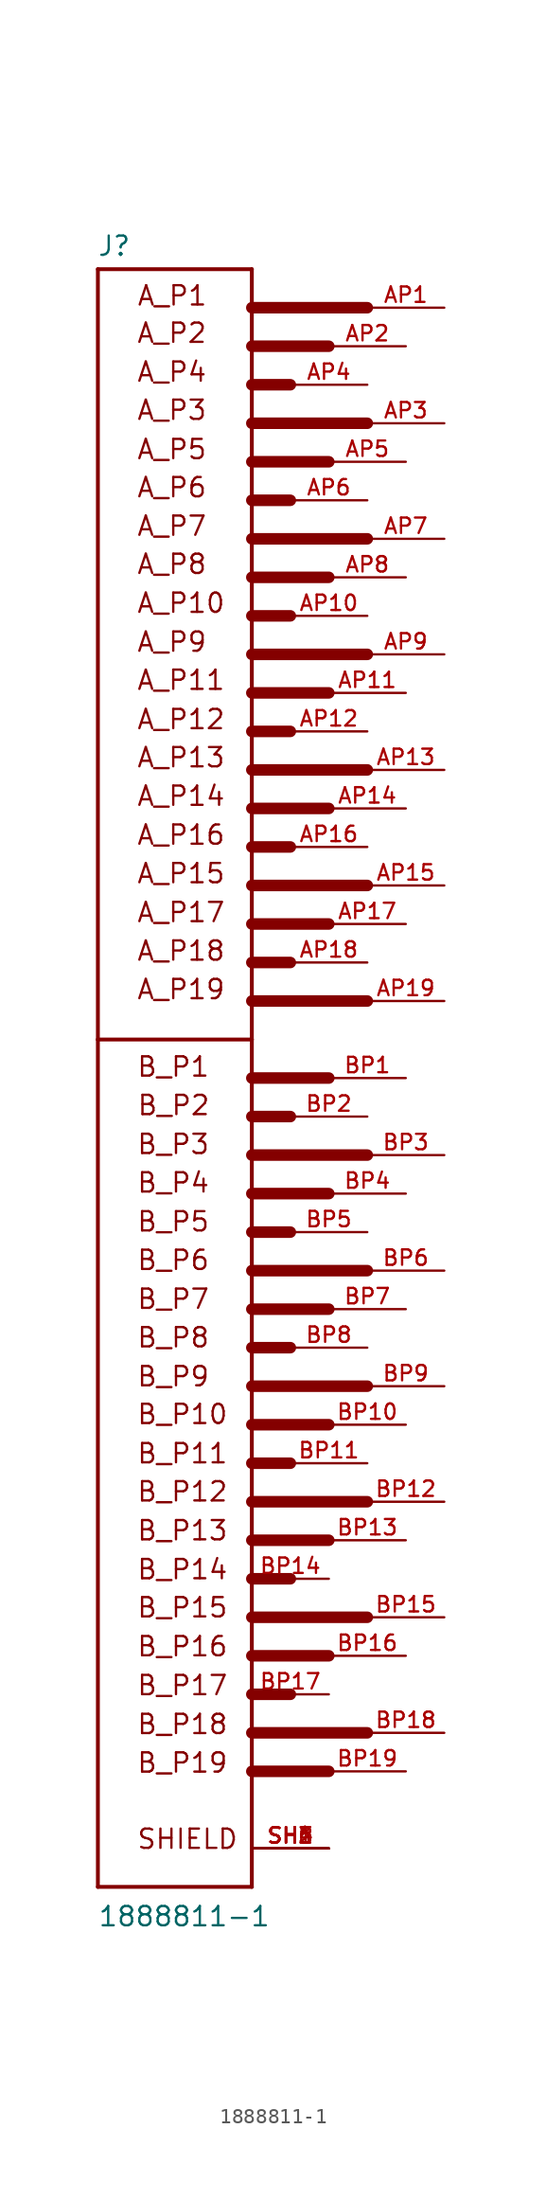
<source format=kicad_sym>
(kicad_symbol_lib
  (version 20201005)
  (generator kicad_symbol_editor)
  (symbol "CM4_MATX:1888811-1"
    (pin_names
      (offset 1.016) hide)
    (property "Reference" "J"
      (at -10.211 51.587 0)
      (effects (font (size 1.27 1.27)) (justify left bottom)))
    (property "Value" "1888811-1"
      (at -10.185 -58.572 0)
      (effects (font (size 1.27 1.27)) (justify left bottom)))
    (symbol "1888811-1_0_0"
      (text "A_P1" (at -7.62 48.311 0) (effects (font (size 1.27 1.27)) (justify left bottom)))
      (text "A_P2" (at -7.645 45.847 0) (effects (font (size 1.27 1.27)) (justify left bottom)))
      (text "A_P4" (at -7.645 43.282 0) (effects (font (size 1.27 1.27)) (justify left bottom)))
      (text "A_P3" (at -7.645 40.767 0) (effects (font (size 1.27 1.27)) (justify left bottom)))
      (text "A_P5" (at -7.645 38.176 0) (effects (font (size 1.27 1.27)) (justify left bottom)))
      (text "A_P6" (at -7.645 35.662 0) (effects (font (size 1.27 1.27)) (justify left bottom)))
      (text "A_P7" (at -7.645 33.122 0) (effects (font (size 1.27 1.27)) (justify left bottom)))
      (text "A_P8" (at -7.645 30.607 0) (effects (font (size 1.27 1.27)) (justify left bottom)))
      (text "A_P10" (at -7.645 28.042 0) (effects (font (size 1.27 1.27)) (justify left bottom)))
      (text "A_P9" (at -7.645 25.476 0) (effects (font (size 1.27 1.27)) (justify left bottom)))
      (text "A_P11" (at -7.645 22.962 0) (effects (font (size 1.27 1.27)) (justify left bottom)))
      (text "A_P12" (at -7.645 20.371 0) (effects (font (size 1.27 1.27)) (justify left bottom)))
      (text "A_P13" (at -7.645 17.856 0) (effects (font (size 1.27 1.27)) (justify left bottom)))
      (text "A_P14" (at -7.645 15.316 0) (effects (font (size 1.27 1.27)) (justify left bottom)))
      (text "A_P16" (at -7.645 12.751 0) (effects (font (size 1.27 1.27)) (justify left bottom)))
      (text "A_P15" (at -7.645 10.211 0) (effects (font (size 1.27 1.27)) (justify left bottom)))
      (text "A_P17" (at -7.645 7.645 0) (effects (font (size 1.27 1.27)) (justify left bottom)))
      (text "A_P18" (at -7.645 5.105 0) (effects (font (size 1.27 1.27)) (justify left bottom)))
      (text "A_P19" (at -7.645 2.565 0) (effects (font (size 1.27 1.27)) (justify left bottom)))
      (text "B_P1" (at -7.645 -2.54 0) (effects (font (size 1.27 1.27)) (justify left bottom)))
      (text "B_P2" (at -7.62 -5.08 0) (effects (font (size 1.27 1.27)) (justify left bottom)))
      (text "B_P3" (at -7.645 -7.645 0) (effects (font (size 1.27 1.27)) (justify left bottom)))
      (text "B_P4" (at -7.645 -10.185 0) (effects (font (size 1.27 1.27)) (justify left bottom)))
      (text "B_P5" (at -7.645 -12.751 0) (effects (font (size 1.27 1.27)) (justify left bottom)))
      (text "B_P6" (at -7.645 -15.291 0) (effects (font (size 1.27 1.27)) (justify left bottom)))
      (text "B_P7" (at -7.645 -17.856 0) (effects (font (size 1.27 1.27)) (justify left bottom)))
      (text "B_P8" (at -7.645 -20.396 0) (effects (font (size 1.27 1.27)) (justify left bottom)))
      (text "B_P9" (at -7.645 -22.962 0) (effects (font (size 1.27 1.27)) (justify left bottom)))
      (text "B_P10" (at -7.645 -25.451 0) (effects (font (size 1.27 1.27)) (justify left bottom)))
      (text "B_P11" (at -7.645 -28.042 0) (effects (font (size 1.27 1.27)) (justify left bottom)))
      (text "B_P12" (at -7.645 -30.556 0) (effects (font (size 1.27 1.27)) (justify left bottom)))
      (text "B_P13" (at -7.645 -33.122 0) (effects (font (size 1.27 1.27)) (justify left bottom)))
      (text "B_P14" (at -7.645 -35.687 0) (effects (font (size 1.27 1.27)) (justify left bottom)))
      (text "B_P15" (at -7.645 -38.202 0) (effects (font (size 1.27 1.27)) (justify left bottom)))
      (text "B_P16" (at -7.645 -40.767 0) (effects (font (size 1.27 1.27)) (justify left bottom)))
      (text "B_P17" (at -7.645 -43.332 0) (effects (font (size 1.27 1.27)) (justify left bottom)))
      (text "B_P18" (at -7.645 -45.898 0) (effects (font (size 1.27 1.27)) (justify left bottom)))
      (text "B_P19" (at -7.645 -48.438 0) (effects (font (size 1.27 1.27)) (justify left bottom)))
      (text "SHIELD" (at -7.645 -53.467 0) (effects (font (size 1.27 1.27)) (justify left bottom)))
      (polyline (pts (xy 7.62 48.26) (xy 0 48.26)) (stroke (width 0.762)) (fill (type none)))
      (polyline (pts (xy 5.08 45.72) (xy 0 45.72)) (stroke (width 0.762)) (fill (type none)))
      (polyline (pts (xy 2.54 43.18) (xy 0 43.18)) (stroke (width 0.762)) (fill (type none)))
      (polyline (pts (xy 7.62 40.64) (xy 0 40.64)) (stroke (width 0.762)) (fill (type none)))
      (polyline (pts (xy 5.08 38.1) (xy 0 38.1)) (stroke (width 0.762)) (fill (type none)))
      (polyline (pts (xy 2.54 35.56) (xy 0 35.56)) (stroke (width 0.762)) (fill (type none)))
      (polyline (pts (xy 7.62 33.02) (xy 0 33.02)) (stroke (width 0.762)) (fill (type none)))
      (polyline (pts (xy 5.08 30.48) (xy 0 30.48)) (stroke (width 0.762)) (fill (type none)))
      (polyline (pts (xy 2.54 27.94) (xy 0 27.94)) (stroke (width 0.762)) (fill (type none)))
      (polyline (pts (xy 7.62 25.4) (xy 0 25.4)) (stroke (width 0.762)) (fill (type none)))
      (polyline (pts (xy 5.08 22.86) (xy 0 22.86)) (stroke (width 0.762)) (fill (type none)))
      (polyline (pts (xy 2.54 20.32) (xy 0 20.32)) (stroke (width 0.762)) (fill (type none)))
      (polyline (pts (xy 7.62 17.78) (xy 0 17.78)) (stroke (width 0.762)) (fill (type none)))
      (polyline (pts (xy 5.08 15.24) (xy 0 15.24)) (stroke (width 0.762)) (fill (type none)))
      (polyline (pts (xy 2.54 12.7) (xy 0 12.7)) (stroke (width 0.762)) (fill (type none)))
      (polyline (pts (xy 7.62 10.16) (xy 0 10.16)) (stroke (width 0.762)) (fill (type none)))
      (polyline (pts (xy 5.08 7.62) (xy 0 7.62)) (stroke (width 0.762)) (fill (type none)))
      (polyline (pts (xy 2.54 5.08) (xy 0 5.08)) (stroke (width 0.762)) (fill (type none)))
      (polyline (pts (xy 7.62 2.54) (xy 0 2.54)) (stroke (width 0.762)) (fill (type none)))
      (polyline (pts (xy 0 50.8) (xy 0 0)) (stroke (width 0.254)) (fill (type none)))
      (polyline (pts (xy -10.16 0) (xy -10.16 50.8)) (stroke (width 0.254)) (fill (type none)))
      (polyline (pts (xy -10.16 50.8) (xy 0 50.8)) (stroke (width 0.254)) (fill (type none)))
      (polyline (pts (xy 7.62 -7.62) (xy 0 -7.62)) (stroke (width 0.762)) (fill (type none)))
      (polyline (pts (xy 5.08 -10.16) (xy 0 -10.16)) (stroke (width 0.762)) (fill (type none)))
      (polyline (pts (xy 2.54 -12.7) (xy 0 -12.7)) (stroke (width 0.762)) (fill (type none)))
      (polyline (pts (xy 7.62 -15.24) (xy 0 -15.24)) (stroke (width 0.762)) (fill (type none)))
      (polyline (pts (xy 5.08 -17.78) (xy 0 -17.78)) (stroke (width 0.762)) (fill (type none)))
      (polyline (pts (xy 2.54 -20.32) (xy 0 -20.32)) (stroke (width 0.762)) (fill (type none)))
      (polyline (pts (xy 7.62 -22.86) (xy 0 -22.86)) (stroke (width 0.762)) (fill (type none)))
      (polyline (pts (xy 5.08 -25.4) (xy 0 -25.4)) (stroke (width 0.762)) (fill (type none)))
      (polyline (pts (xy 2.54 -27.94) (xy 0 -27.94)) (stroke (width 0.762)) (fill (type none)))
      (polyline (pts (xy 7.62 -30.48) (xy 0 -30.48)) (stroke (width 0.762)) (fill (type none)))
      (polyline (pts (xy 5.08 -33.02) (xy 0 -33.02)) (stroke (width 0.762)) (fill (type none)))
      (polyline (pts (xy 2.54 -35.56) (xy 0 -35.56)) (stroke (width 0.762)) (fill (type none)))
      (polyline (pts (xy 7.62 -38.1) (xy 0 -38.1)) (stroke (width 0.762)) (fill (type none)))
      (polyline (pts (xy 5.08 -40.64) (xy 0 -40.64)) (stroke (width 0.762)) (fill (type none)))
      (polyline (pts (xy 2.54 -43.18) (xy 0 -43.18)) (stroke (width 0.762)) (fill (type none)))
      (polyline (pts (xy 7.62 -45.72) (xy 0 -45.72)) (stroke (width 0.762)) (fill (type none)))
      (polyline (pts (xy 5.08 -48.26) (xy 0 -48.26)) (stroke (width 0.762)) (fill (type none)))
      (polyline (pts (xy 5.08 -2.54) (xy 0 -2.54)) (stroke (width 0.762)) (fill (type none)))
      (polyline (pts (xy 2.54 -5.08) (xy 0 -5.08)) (stroke (width 0.762)) (fill (type none)))
      (polyline (pts (xy 0 0) (xy 0 -55.88)) (stroke (width 0.254)) (fill (type none)))
      (polyline (pts (xy 0 -55.88) (xy -10.16 -55.88)) (stroke (width 0.254)) (fill (type none)))
      (polyline (pts (xy -10.16 -55.88) (xy -10.16 0)) (stroke (width 0.254)) (fill (type none)))
      (polyline (pts (xy -10.16 0) (xy 0 0)) (stroke (width 0.254)) (fill (type none)))
      (pin passive line (at 12.7 48.26 180) (length 5.08) (name "~" (effects (font (size 1.016 1.016)))) (number "AP1" (effects (font (size 1.016 1.016)))))
      (pin passive line (at 10.16 45.72 180) (length 5.08) (name "~" (effects (font (size 1.016 1.016)))) (number "AP2" (effects (font (size 1.016 1.016)))))
      (pin passive line (at 12.7 40.64 180) (length 5.08) (name "~" (effects (font (size 1.016 1.016)))) (number "AP3" (effects (font (size 1.016 1.016)))))
      (pin passive line (at 7.62 43.18 180) (length 5.08) (name "~" (effects (font (size 1.016 1.016)))) (number "AP4" (effects (font (size 1.016 1.016)))))
      (pin passive line (at 10.16 38.1 180) (length 5.08) (name "~" (effects (font (size 1.016 1.016)))) (number "AP5" (effects (font (size 1.016 1.016)))))
      (pin passive line (at 7.62 35.56 180) (length 5.08) (name "~" (effects (font (size 1.016 1.016)))) (number "AP6" (effects (font (size 1.016 1.016)))))
      (pin passive line (at 12.7 33.02 180) (length 5.08) (name "~" (effects (font (size 1.016 1.016)))) (number "AP7" (effects (font (size 1.016 1.016)))))
      (pin passive line (at 10.16 30.48 180) (length 5.08) (name "~" (effects (font (size 1.016 1.016)))) (number "AP8" (effects (font (size 1.016 1.016)))))
      (pin passive line (at 12.7 25.4 180) (length 5.08) (name "~" (effects (font (size 1.016 1.016)))) (number "AP9" (effects (font (size 1.016 1.016)))))
      (pin passive line (at 7.62 27.94 180) (length 5.08) (name "~" (effects (font (size 1.016 1.016)))) (number "AP10" (effects (font (size 1.016 1.016)))))
      (pin passive line (at 10.16 22.86 180) (length 5.08) (name "~" (effects (font (size 1.016 1.016)))) (number "AP11" (effects (font (size 1.016 1.016)))))
      (pin passive line (at 7.62 20.32 180) (length 5.08) (name "~" (effects (font (size 1.016 1.016)))) (number "AP12" (effects (font (size 1.016 1.016)))))
      (pin passive line (at 12.7 17.78 180) (length 5.08) (name "~" (effects (font (size 1.016 1.016)))) (number "AP13" (effects (font (size 1.016 1.016)))))
      (pin passive line (at 10.16 15.24 180) (length 5.08) (name "~" (effects (font (size 1.016 1.016)))) (number "AP14" (effects (font (size 1.016 1.016)))))
      (pin passive line (at 12.7 10.16 180) (length 5.08) (name "~" (effects (font (size 1.016 1.016)))) (number "AP15" (effects (font (size 1.016 1.016)))))
      (pin passive line (at 7.62 12.7 180) (length 5.08) (name "~" (effects (font (size 1.016 1.016)))) (number "AP16" (effects (font (size 1.016 1.016)))))
      (pin passive line (at 10.16 7.62 180) (length 5.08) (name "~" (effects (font (size 1.016 1.016)))) (number "AP17" (effects (font (size 1.016 1.016)))))
      (pin passive line (at 7.62 5.08 180) (length 5.08) (name "~" (effects (font (size 1.016 1.016)))) (number "AP18" (effects (font (size 1.016 1.016)))))
      (pin passive line (at 12.7 2.54 180) (length 5.08) (name "~" (effects (font (size 1.016 1.016)))) (number "AP19" (effects (font (size 1.016 1.016)))))
      (pin passive line (at 10.16 -2.54 180) (length 5.08) (name "~" (effects (font (size 1.016 1.016)))) (number "BP1" (effects (font (size 1.016 1.016)))))
      (pin passive line (at 7.62 -5.08 180) (length 5.08) (name "~" (effects (font (size 1.016 1.016)))) (number "BP2" (effects (font (size 1.016 1.016)))))
      (pin passive line (at 12.7 -7.62 180) (length 5.08) (name "~" (effects (font (size 1.016 1.016)))) (number "BP3" (effects (font (size 1.016 1.016)))))
      (pin passive line (at 10.16 -10.16 180) (length 5.08) (name "~" (effects (font (size 1.016 1.016)))) (number "BP4" (effects (font (size 1.016 1.016)))))
      (pin passive line (at 7.62 -12.7 180) (length 5.08) (name "~" (effects (font (size 1.016 1.016)))) (number "BP5" (effects (font (size 1.016 1.016)))))
      (pin passive line (at 12.7 -15.24 180) (length 5.08) (name "~" (effects (font (size 1.016 1.016)))) (number "BP6" (effects (font (size 1.016 1.016)))))
      (pin passive line (at 10.16 -17.78 180) (length 5.08) (name "~" (effects (font (size 1.016 1.016)))) (number "BP7" (effects (font (size 1.016 1.016)))))
      (pin passive line (at 7.62 -20.32 180) (length 5.08) (name "~" (effects (font (size 1.016 1.016)))) (number "BP8" (effects (font (size 1.016 1.016)))))
      (pin passive line (at 12.7 -22.86 180) (length 5.08) (name "~" (effects (font (size 1.016 1.016)))) (number "BP9" (effects (font (size 1.016 1.016)))))
      (pin passive line (at 10.16 -25.4 180) (length 5.08) (name "~" (effects (font (size 1.016 1.016)))) (number "BP10" (effects (font (size 1.016 1.016)))))
      (pin passive line (at 7.62 -27.94 180) (length 5.08) (name "~" (effects (font (size 1.016 1.016)))) (number "BP11" (effects (font (size 1.016 1.016)))))
      (pin passive line (at 12.7 -30.48 180) (length 5.08) (name "~" (effects (font (size 1.016 1.016)))) (number "BP12" (effects (font (size 1.016 1.016)))))
      (pin passive line (at 10.16 -33.02 180) (length 5.08) (name "~" (effects (font (size 1.016 1.016)))) (number "BP13" (effects (font (size 1.016 1.016)))))
      (pin passive line (at 5.08 -35.56 180) (length 5.08) (name "~" (effects (font (size 1.016 1.016)))) (number "BP14" (effects (font (size 1.016 1.016)))))
      (pin passive line (at 12.7 -38.1 180) (length 5.08) (name "~" (effects (font (size 1.016 1.016)))) (number "BP15" (effects (font (size 1.016 1.016)))))
      (pin passive line (at 10.16 -40.64 180) (length 5.08) (name "~" (effects (font (size 1.016 1.016)))) (number "BP16" (effects (font (size 1.016 1.016)))))
      (pin passive line (at 5.08 -43.18 180) (length 5.08) (name "~" (effects (font (size 1.016 1.016)))) (number "BP17" (effects (font (size 1.016 1.016)))))
      (pin passive line (at 12.7 -45.72 180) (length 5.08) (name "~" (effects (font (size 1.016 1.016)))) (number "BP18" (effects (font (size 1.016 1.016)))))
      (pin passive line (at 10.16 -48.26 180) (length 5.08) (name "~" (effects (font (size 1.016 1.016)))) (number "BP19" (effects (font (size 1.016 1.016)))))
      (pin passive line (at 5.08 -53.34 180) (length 5.08) (name "~" (effects (font (size 1.016 1.016)))) (number "SH1" (effects (font (size 1.016 1.016)))))
      (pin passive line (at 5.08 -53.34 180) (length 5.08) (name "~" (effects (font (size 1.016 1.016)))) (number "SH2" (effects (font (size 1.016 1.016)))))
      (pin passive line (at 5.08 -53.34 180) (length 5.08) (name "~" (effects (font (size 1.016 1.016)))) (number "SH3" (effects (font (size 1.016 1.016)))))
      (pin passive line (at 5.08 -53.34 180) (length 5.08) (name "~" (effects (font (size 1.016 1.016)))) (number "SH4" (effects (font (size 1.016 1.016)))))
      (pin passive line (at 5.08 -53.34 180) (length 5.08) (name "~" (effects (font (size 1.016 1.016)))) (number "SH5" (effects (font (size 1.016 1.016)))))
      (pin passive line (at 5.08 -53.34 180) (length 5.08) (name "~" (effects (font (size 1.016 1.016)))) (number "SH6" (effects (font (size 1.016 1.016))))))))
</source>
